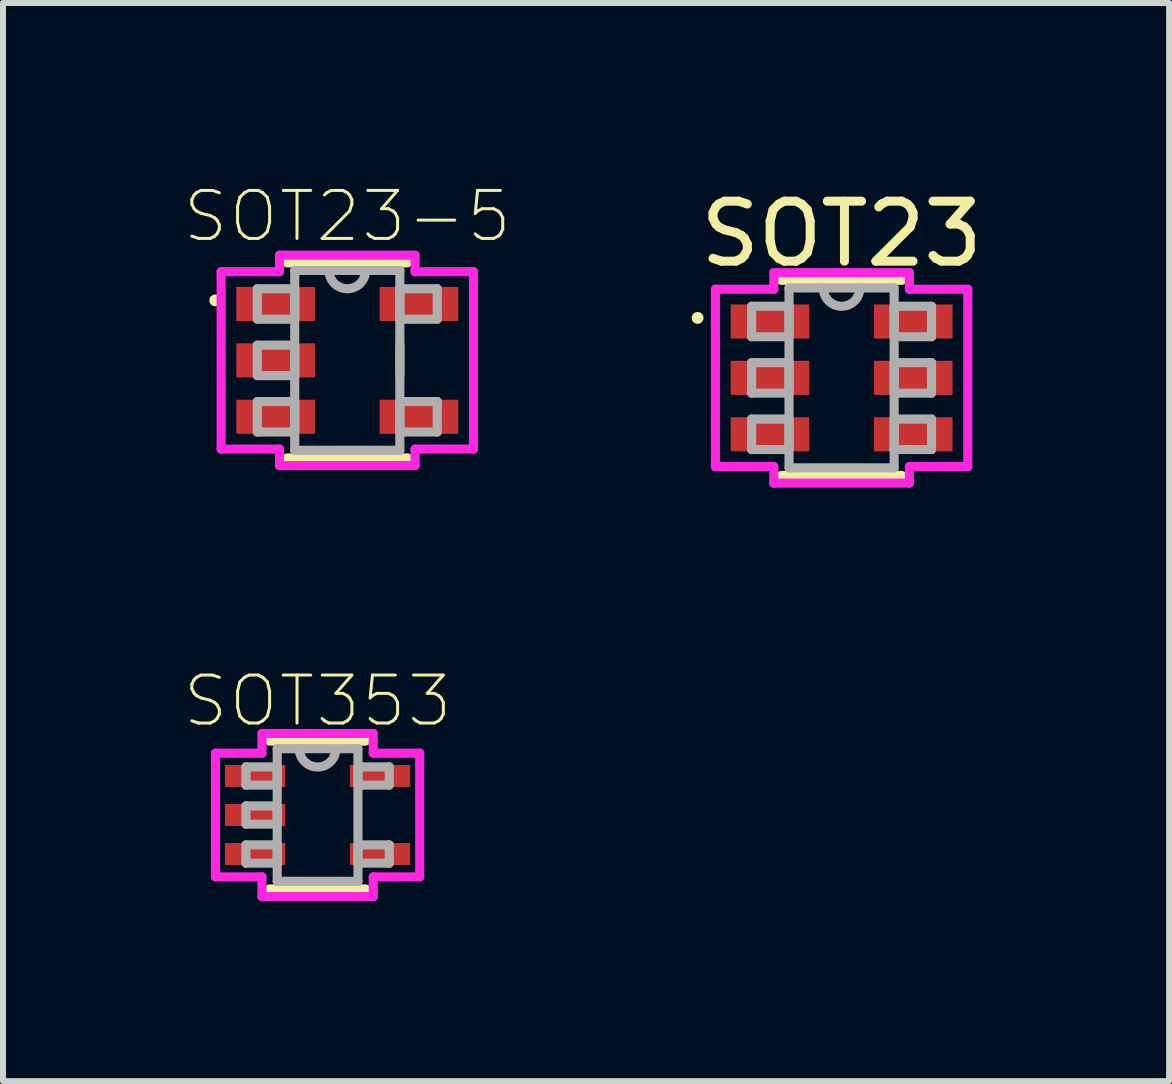
<source format=kicad_pcb>
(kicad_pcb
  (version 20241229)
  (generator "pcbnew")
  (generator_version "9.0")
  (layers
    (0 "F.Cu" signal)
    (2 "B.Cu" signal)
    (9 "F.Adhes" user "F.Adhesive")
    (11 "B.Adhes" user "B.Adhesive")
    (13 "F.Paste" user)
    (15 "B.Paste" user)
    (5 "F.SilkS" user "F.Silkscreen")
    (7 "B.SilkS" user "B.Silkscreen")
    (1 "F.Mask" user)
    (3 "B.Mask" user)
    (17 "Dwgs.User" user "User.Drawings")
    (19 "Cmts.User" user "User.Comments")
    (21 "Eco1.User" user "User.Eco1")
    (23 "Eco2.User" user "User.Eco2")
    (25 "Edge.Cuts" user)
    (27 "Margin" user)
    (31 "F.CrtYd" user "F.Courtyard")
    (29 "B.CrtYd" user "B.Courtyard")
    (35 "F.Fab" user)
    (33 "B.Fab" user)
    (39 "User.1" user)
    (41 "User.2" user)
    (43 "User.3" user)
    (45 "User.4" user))
  (footprint "SOT353"
    (layer "F.Cu")
    (at 2.243 10.533)
    (property "Reference" "SOT353" (at 0 -1.9 0) (layer "F.SilkS") (effects (font (size 0.8 0.8) (thickness 0.05))))
    (attr through_hole)
    (fp_line (start -0.8 1.232) (end 0.8 1.232) (stroke (width 0.152) (type solid)) (layer "F.SilkS"))
    (fp_line (start 0.8 -1.232) (end -0.8 -1.232) (stroke (width 0.152) (type solid)) (layer "F.SilkS"))
    (fp_line (start -1.702 -1.031) (end -0.927 -1.031) (stroke (width 0.152) (type solid)) (layer "F.CrtYd"))
    (fp_line (start -1.702 1.031) (end -1.702 -1.031) (stroke (width 0.152) (type solid)) (layer "F.CrtYd"))
    (fp_line (start -0.927 -1.359) (end 0.927 -1.359) (stroke (width 0.152) (type solid)) (layer "F.CrtYd"))
    (fp_line (start -0.927 -1.031) (end -0.927 -1.359) (stroke (width 0.152) (type solid)) (layer "F.CrtYd"))
    (fp_line (start -0.927 1.031) (end -1.702 1.031) (stroke (width 0.152) (type solid)) (layer "F.CrtYd"))
    (fp_line (start -0.927 1.359) (end -0.927 1.031) (stroke (width 0.152) (type solid)) (layer "F.CrtYd"))
    (fp_line (start 0.927 -1.359) (end 0.927 -1.031) (stroke (width 0.152) (type solid)) (layer "F.CrtYd"))
    (fp_line (start 0.927 -1.031) (end 1.702 -1.031) (stroke (width 0.152) (type solid)) (layer "F.CrtYd"))
    (fp_line (start 0.927 1.031) (end 0.927 1.359) (stroke (width 0.152) (type solid)) (layer "F.CrtYd"))
    (fp_line (start 0.927 1.359) (end -0.927 1.359) (stroke (width 0.152) (type solid)) (layer "F.CrtYd"))
    (fp_line (start 1.702 -1.031) (end 1.702 1.031) (stroke (width 0.152) (type solid)) (layer "F.CrtYd"))
    (fp_line (start 1.702 1.031) (end 0.927 1.031) (stroke (width 0.152) (type solid)) (layer "F.CrtYd"))
    (fp_line (start -1.194 -0.802) (end -1.194 -0.498) (stroke (width 0.152) (type solid)) (layer "F.Fab"))
    (fp_line (start -1.194 -0.498) (end -0.673 -0.498) (stroke (width 0.152) (type solid)) (layer "F.Fab"))
    (fp_line (start -1.194 -0.152) (end -1.194 0.152) (stroke (width 0.152) (type solid)) (layer "F.Fab"))
    (fp_line (start -1.194 0.152) (end -0.673 0.152) (stroke (width 0.152) (type solid)) (layer "F.Fab"))
    (fp_line (start -1.194 0.498) (end -1.194 0.802) (stroke (width 0.152) (type solid)) (layer "F.Fab"))
    (fp_line (start -1.194 0.802) (end -0.673 0.802) (stroke (width 0.152) (type solid)) (layer "F.Fab"))
    (fp_line (start -0.673 -1.105) (end -0.673 1.105) (stroke (width 0.152) (type solid)) (layer "F.Fab"))
    (fp_line (start -0.673 -0.802) (end -1.194 -0.802) (stroke (width 0.152) (type solid)) (layer "F.Fab"))
    (fp_line (start -0.673 -0.498) (end -0.673 -0.802) (stroke (width 0.152) (type solid)) (layer "F.Fab"))
    (fp_line (start -0.673 -0.152) (end -1.194 -0.152) (stroke (width 0.152) (type solid)) (layer "F.Fab"))
    (fp_line (start -0.673 0.152) (end -0.673 -0.152) (stroke (width 0.152) (type solid)) (layer "F.Fab"))
    (fp_line (start -0.673 0.498) (end -1.194 0.498) (stroke (width 0.152) (type solid)) (layer "F.Fab"))
    (fp_line (start -0.673 0.802) (end -0.673 0.498) (stroke (width 0.152) (type solid)) (layer "F.Fab"))
    (fp_line (start -0.673 1.105) (end 0.673 1.105) (stroke (width 0.152) (type solid)) (layer "F.Fab"))
    (fp_line (start 0.673 -1.105) (end -0.673 -1.105) (stroke (width 0.152) (type solid)) (layer "F.Fab"))
    (fp_line (start 0.673 -0.802) (end 0.673 -0.498) (stroke (width 0.152) (type solid)) (layer "F.Fab"))
    (fp_line (start 0.673 -0.498) (end 1.194 -0.498) (stroke (width 0.152) (type solid)) (layer "F.Fab"))
    (fp_line (start 0.673 0.498) (end 0.673 0.802) (stroke (width 0.152) (type solid)) (layer "F.Fab"))
    (fp_line (start 0.673 0.802) (end 1.194 0.802) (stroke (width 0.152) (type solid)) (layer "F.Fab"))
    (fp_line (start 0.673 1.105) (end 0.673 -1.105) (stroke (width 0.152) (type solid)) (layer "F.Fab"))
    (fp_line (start 1.194 -0.802) (end 0.673 -0.802) (stroke (width 0.152) (type solid)) (layer "F.Fab"))
    (fp_line (start 1.194 -0.498) (end 1.194 -0.802) (stroke (width 0.152) (type solid)) (layer "F.Fab"))
    (fp_line (start 1.194 0.498) (end 0.673 0.498) (stroke (width 0.152) (type solid)) (layer "F.Fab"))
    (fp_line (start 1.194 0.802) (end 1.194 0.498) (stroke (width 0.152) (type solid)) (layer "F.Fab"))
    (fp_arc (start 0.3048 -1.1049) (mid 0 -0.8001) (end -0.3048 -1.1049) (stroke (width 0.1524) (type solid)) (layer "F.Fab"))
    (pad "1" smd rect (at -1.041 -0.65) (size 1.005 0.365) (layers "F.Cu" "F.Mask" "F.Paste"))
    (pad "2" smd rect (at -1.041 0) (size 1.005 0.365) (layers "F.Cu" "F.Mask" "F.Paste"))
    (pad "3" smd rect (at -1.041 0.65) (size 1.005 0.365) (layers "F.Cu" "F.Mask" "F.Paste"))
    (pad "4" smd rect (at 1.041 0.65) (size 1.005 0.365) (layers "F.Cu" "F.Mask" "F.Paste"))
    (pad "5" smd rect (at 1.041 -0.65) (size 1.005 0.365) (layers "F.Cu" "F.Mask" "F.Paste")))
  (footprint "SOT23"
    (layer "F.Cu")
    (at 10.976 3.248)
    (property "Reference" "SOT23" (at 0 -2.4 0) (layer "F.SilkS") (effects (font (size 1 1) (thickness 0.15))))
    (attr through_hole)
    (fp_line (start -1.003 1.626) (end 1.003 1.626) (stroke (width 0.152) (type solid)) (layer "F.SilkS"))
    (fp_line (start 1.003 -1.626) (end -1.003 -1.626) (stroke (width 0.152) (type solid)) (layer "F.SilkS"))
    (fp_circle (center -2.4 -1) (end -2.35 -1) (stroke (width 0.1) (type solid)) (fill no) (layer "F.SilkS"))
    (fp_line (start -2.103 -1.478) (end -1.13 -1.478) (stroke (width 0.152) (type solid)) (layer "F.CrtYd"))
    (fp_line (start -2.103 1.478) (end -2.103 -1.478) (stroke (width 0.152) (type solid)) (layer "F.CrtYd"))
    (fp_line (start -1.13 -1.753) (end 1.13 -1.753) (stroke (width 0.152) (type solid)) (layer "F.CrtYd"))
    (fp_line (start -1.13 -1.478) (end -1.13 -1.753) (stroke (width 0.152) (type solid)) (layer "F.CrtYd"))
    (fp_line (start -1.13 1.478) (end -2.103 1.478) (stroke (width 0.152) (type solid)) (layer "F.CrtYd"))
    (fp_line (start -1.13 1.753) (end -1.13 1.478) (stroke (width 0.152) (type solid)) (layer "F.CrtYd"))
    (fp_line (start 1.13 -1.753) (end 1.13 -1.478) (stroke (width 0.152) (type solid)) (layer "F.CrtYd"))
    (fp_line (start 1.13 -1.478) (end 2.103 -1.478) (stroke (width 0.152) (type solid)) (layer "F.CrtYd"))
    (fp_line (start 1.13 1.478) (end 1.13 1.753) (stroke (width 0.152) (type solid)) (layer "F.CrtYd"))
    (fp_line (start 1.13 1.753) (end -1.13 1.753) (stroke (width 0.152) (type solid)) (layer "F.CrtYd"))
    (fp_line (start 2.103 -1.478) (end 2.103 1.478) (stroke (width 0.152) (type solid)) (layer "F.CrtYd"))
    (fp_line (start 2.103 1.478) (end 1.13 1.478) (stroke (width 0.152) (type solid)) (layer "F.CrtYd"))
    (fp_line (start -1.499 -1.194) (end -1.499 -0.686) (stroke (width 0.152) (type solid)) (layer "F.Fab"))
    (fp_line (start -1.499 -0.686) (end -0.876 -0.686) (stroke (width 0.152) (type solid)) (layer "F.Fab"))
    (fp_line (start -1.499 -0.254) (end -1.499 0.254) (stroke (width 0.152) (type solid)) (layer "F.Fab"))
    (fp_line (start -1.499 0.254) (end -0.876 0.254) (stroke (width 0.152) (type solid)) (layer "F.Fab"))
    (fp_line (start -1.499 0.686) (end -1.499 1.194) (stroke (width 0.152) (type solid)) (layer "F.Fab"))
    (fp_line (start -1.499 1.194) (end -0.876 1.194) (stroke (width 0.152) (type solid)) (layer "F.Fab"))
    (fp_line (start -0.876 -1.499) (end -0.876 1.499) (stroke (width 0.152) (type solid)) (layer "F.Fab"))
    (fp_line (start -0.876 -1.194) (end -1.499 -1.194) (stroke (width 0.152) (type solid)) (layer "F.Fab"))
    (fp_line (start -0.876 -0.686) (end -0.876 -1.194) (stroke (width 0.152) (type solid)) (layer "F.Fab"))
    (fp_line (start -0.876 -0.254) (end -1.499 -0.254) (stroke (width 0.152) (type solid)) (layer "F.Fab"))
    (fp_line (start -0.876 0.254) (end -0.876 -0.254) (stroke (width 0.152) (type solid)) (layer "F.Fab"))
    (fp_line (start -0.876 0.686) (end -1.499 0.686) (stroke (width 0.152) (type solid)) (layer "F.Fab"))
    (fp_line (start -0.876 1.194) (end -0.876 0.686) (stroke (width 0.152) (type solid)) (layer "F.Fab"))
    (fp_line (start -0.876 1.499) (end 0.876 1.499) (stroke (width 0.152) (type solid)) (layer "F.Fab"))
    (fp_line (start 0.876 -1.499) (end -0.876 -1.499) (stroke (width 0.152) (type solid)) (layer "F.Fab"))
    (fp_line (start 0.876 -1.194) (end 0.876 -0.686) (stroke (width 0.152) (type solid)) (layer "F.Fab"))
    (fp_line (start 0.876 -0.686) (end 1.499 -0.686) (stroke (width 0.152) (type solid)) (layer "F.Fab"))
    (fp_line (start 0.876 -0.254) (end 0.876 0.254) (stroke (width 0.152) (type solid)) (layer "F.Fab"))
    (fp_line (start 0.876 0.254) (end 1.499 0.254) (stroke (width 0.152) (type solid)) (layer "F.Fab"))
    (fp_line (start 0.876 0.686) (end 0.876 1.194) (stroke (width 0.152) (type solid)) (layer "F.Fab"))
    (fp_line (start 0.876 1.194) (end 1.499 1.194) (stroke (width 0.152) (type solid)) (layer "F.Fab"))
    (fp_line (start 0.876 1.499) (end 0.876 -1.499) (stroke (width 0.152) (type solid)) (layer "F.Fab"))
    (fp_line (start 1.499 -1.194) (end 0.876 -1.194) (stroke (width 0.152) (type solid)) (layer "F.Fab"))
    (fp_line (start 1.499 -0.686) (end 1.499 -1.194) (stroke (width 0.152) (type solid)) (layer "F.Fab"))
    (fp_line (start 1.499 -0.254) (end 0.876 -0.254) (stroke (width 0.152) (type solid)) (layer "F.Fab"))
    (fp_line (start 1.499 0.254) (end 1.499 -0.254) (stroke (width 0.152) (type solid)) (layer "F.Fab"))
    (fp_line (start 1.499 0.686) (end 0.876 0.686) (stroke (width 0.152) (type solid)) (layer "F.Fab"))
    (fp_line (start 1.499 1.194) (end 1.499 0.686) (stroke (width 0.152) (type solid)) (layer "F.Fab"))
    (fp_arc (start 0.3048 -1.4986) (mid 0 -1.1938) (end -0.3048 -1.4986) (stroke (width 0.1524) (type solid)) (layer "F.Fab"))
    (pad "1" smd rect (at -1.194 -0.94) (size 1.31 0.568) (layers "F.Cu" "F.Mask" "F.Paste"))
    (pad "2" smd rect (at -1.194 0) (size 1.31 0.568) (layers "F.Cu" "F.Mask" "F.Paste"))
    (pad "3" smd rect (at -1.194 0.94) (size 1.31 0.568) (layers "F.Cu" "F.Mask" "F.Paste"))
    (pad "4" smd rect (at 1.194 0.94) (size 1.31 0.568) (layers "F.Cu" "F.Mask" "F.Paste"))
    (pad "5" smd rect (at 1.194 0) (size 1.31 0.568) (layers "F.Cu" "F.Mask" "F.Paste"))
    (pad "6" smd rect (at 1.194 -0.94) (size 1.31 0.568) (layers "F.Cu" "F.Mask" "F.Paste")))
  (footprint "SOT23-5"
    (layer "F.Cu")
    (at 2.738 2.956)
    (property "Reference" "SOT23-5" (at 0 -2.4 0) (layer "F.SilkS") (effects (font (size 0.8 0.8) (thickness 0.05))))
    (attr through_hole)
    (fp_line (start -1.003 1.626) (end 1.003 1.626) (stroke (width 0.152) (type solid)) (layer "F.SilkS"))
    (fp_line (start 1.003 -1.626) (end -1.003 -1.626) (stroke (width 0.152) (type solid)) (layer "F.SilkS"))
    (fp_circle (center -2.2 -1) (end -2.15 -1) (stroke (width 0.1) (type solid)) (fill no) (layer "F.SilkS"))
    (fp_line (start -2.103 -1.478) (end -1.13 -1.478) (stroke (width 0.152) (type solid)) (layer "F.CrtYd"))
    (fp_line (start -2.103 1.478) (end -2.103 -1.478) (stroke (width 0.152) (type solid)) (layer "F.CrtYd"))
    (fp_line (start -1.13 -1.753) (end 1.13 -1.753) (stroke (width 0.152) (type solid)) (layer "F.CrtYd"))
    (fp_line (start -1.13 -1.478) (end -1.13 -1.753) (stroke (width 0.152) (type solid)) (layer "F.CrtYd"))
    (fp_line (start -1.13 1.478) (end -2.103 1.478) (stroke (width 0.152) (type solid)) (layer "F.CrtYd"))
    (fp_line (start -1.13 1.753) (end -1.13 1.478) (stroke (width 0.152) (type solid)) (layer "F.CrtYd"))
    (fp_line (start 1.13 -1.753) (end 1.13 -1.478) (stroke (width 0.152) (type solid)) (layer "F.CrtYd"))
    (fp_line (start 1.13 -1.478) (end 2.103 -1.478) (stroke (width 0.152) (type solid)) (layer "F.CrtYd"))
    (fp_line (start 1.13 1.478) (end 1.13 1.753) (stroke (width 0.152) (type solid)) (layer "F.CrtYd"))
    (fp_line (start 1.13 1.753) (end -1.13 1.753) (stroke (width 0.152) (type solid)) (layer "F.CrtYd"))
    (fp_line (start 2.103 -1.478) (end 2.103 1.478) (stroke (width 0.152) (type solid)) (layer "F.CrtYd"))
    (fp_line (start 2.103 1.478) (end 1.13 1.478) (stroke (width 0.152) (type solid)) (layer "F.CrtYd"))
    (fp_line (start -1.499 -1.194) (end -1.499 -0.686) (stroke (width 0.152) (type solid)) (layer "F.Fab"))
    (fp_line (start -1.499 -0.686) (end -0.876 -0.686) (stroke (width 0.152) (type solid)) (layer "F.Fab"))
    (fp_line (start -1.499 -0.254) (end -1.499 0.254) (stroke (width 0.152) (type solid)) (layer "F.Fab"))
    (fp_line (start -1.499 0.254) (end -0.876 0.254) (stroke (width 0.152) (type solid)) (layer "F.Fab"))
    (fp_line (start -1.499 0.686) (end -1.499 1.194) (stroke (width 0.152) (type solid)) (layer "F.Fab"))
    (fp_line (start -1.499 1.194) (end -0.876 1.194) (stroke (width 0.152) (type solid)) (layer "F.Fab"))
    (fp_line (start -0.876 -1.499) (end -0.876 1.499) (stroke (width 0.152) (type solid)) (layer "F.Fab"))
    (fp_line (start -0.876 -1.194) (end -1.499 -1.194) (stroke (width 0.152) (type solid)) (layer "F.Fab"))
    (fp_line (start -0.876 -0.686) (end -0.876 -1.194) (stroke (width 0.152) (type solid)) (layer "F.Fab"))
    (fp_line (start -0.876 -0.254) (end -1.499 -0.254) (stroke (width 0.152) (type solid)) (layer "F.Fab"))
    (fp_line (start -0.876 0.254) (end -0.876 -0.254) (stroke (width 0.152) (type solid)) (layer "F.Fab"))
    (fp_line (start -0.876 0.686) (end -1.499 0.686) (stroke (width 0.152) (type solid)) (layer "F.Fab"))
    (fp_line (start -0.876 1.194) (end -0.876 0.686) (stroke (width 0.152) (type solid)) (layer "F.Fab"))
    (fp_line (start -0.876 1.499) (end 0.876 1.499) (stroke (width 0.152) (type solid)) (layer "F.Fab"))
    (fp_line (start 0.876 -1.499) (end -0.876 -1.499) (stroke (width 0.152) (type solid)) (layer "F.Fab"))
    (fp_line (start 0.876 -1.194) (end 0.876 -0.686) (stroke (width 0.152) (type solid)) (layer "F.Fab"))
    (fp_line (start 0.876 -0.686) (end 1.499 -0.686) (stroke (width 0.152) (type solid)) (layer "F.Fab"))
    (fp_line (start 0.876 -0.254) (end 0.876 0.254) (stroke (width 0.152) (type solid)) (layer "F.Fab"))
    (fp_line (start 0.876 0.686) (end 0.876 1.194) (stroke (width 0.152) (type solid)) (layer "F.Fab"))
    (fp_line (start 0.876 1.194) (end 1.499 1.194) (stroke (width 0.152) (type solid)) (layer "F.Fab"))
    (fp_line (start 0.876 1.499) (end 0.876 -1.499) (stroke (width 0.152) (type solid)) (layer "F.Fab"))
    (fp_line (start 1.499 -1.194) (end 0.876 -1.194) (stroke (width 0.152) (type solid)) (layer "F.Fab"))
    (fp_line (start 1.499 -0.686) (end 1.499 -1.194) (stroke (width 0.152) (type solid)) (layer "F.Fab"))
    (fp_line (start 1.499 0.686) (end 0.876 0.686) (stroke (width 0.152) (type solid)) (layer "F.Fab"))
    (fp_line (start 1.499 1.194) (end 1.499 0.686) (stroke (width 0.152) (type solid)) (layer "F.Fab"))
    (fp_arc (start 0.3048 -1.4986) (mid 0 -1.1938) (end -0.3048 -1.4986) (stroke (width 0.1524) (type solid)) (layer "F.Fab"))
    (pad "1" smd rect (at -1.194 -0.94) (size 1.31 0.568) (layers "F.Cu" "F.Mask" "F.Paste"))
    (pad "2" smd rect (at -1.194 0) (size 1.31 0.568) (layers "F.Cu" "F.Mask" "F.Paste"))
    (pad "3" smd rect (at -1.194 0.94) (size 1.31 0.568) (layers "F.Cu" "F.Mask" "F.Paste"))
    (pad "4" smd rect (at 1.194 0.94) (size 1.31 0.568) (layers "F.Cu" "F.Mask" "F.Paste"))
    (pad "5" smd rect (at 1.194 -0.94) (size 1.31 0.568) (layers "F.Cu" "F.Mask" "F.Paste")))
  (gr_rect
    (start -3 -3)
    (end 16.434 14.968)
    (stroke (width 0.1) (type default))
    (fill no)
    (layer "Edge.Cuts")))
</source>
